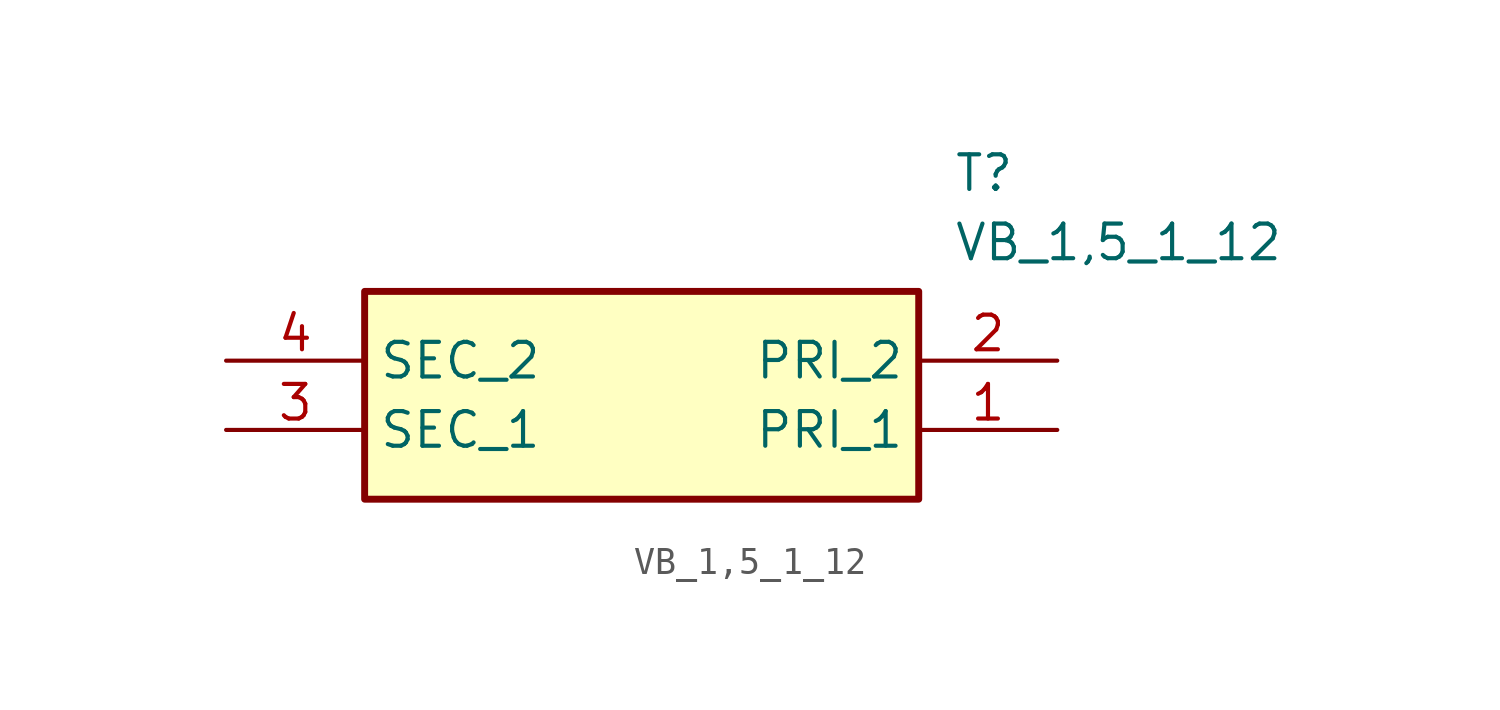
<source format=kicad_sym>
(kicad_symbol_lib
  (version 20211014)
  (generator SamacSys_ECAD_Model)
  (symbol "VB_1,5_1_12"
    (property "Reference" "T"
      (at 26.67 7.62 0)
      (effects (font (size 1.27 1.27)) (justify left top)))
    (property "Value" "VB_1,5_1_12"
      (at 26.67 5.08 0)
      (effects (font (size 1.27 1.27)) (justify left top)))
    (rectangle
      (start 5.08 2.54)
      (end 25.4 -5.08)
      (stroke (width 0.254) (type default))
      (fill (type background)))
    (pin passive line
      (at 30.48 -2.54 180)
      (length 5.08)
      (name "PRI_1" (effects (font (size 1.27 1.27))))
      (number "1" (effects (font (size 1.27 1.27)))))
    (pin passive line
      (at 30.48 0 180)
      (length 5.08)
      (name "PRI_2" (effects (font (size 1.27 1.27))))
      (number "2" (effects (font (size 1.27 1.27)))))
    (pin passive line
      (at 0 -2.54 0)
      (length 5.08)
      (name "SEC_1" (effects (font (size 1.27 1.27))))
      (number "3" (effects (font (size 1.27 1.27)))))
    (pin passive line
      (at 0 0 0)
      (length 5.08)
      (name "SEC_2" (effects (font (size 1.27 1.27))))
      (number "4" (effects (font (size 1.27 1.27)))))))
</source>
